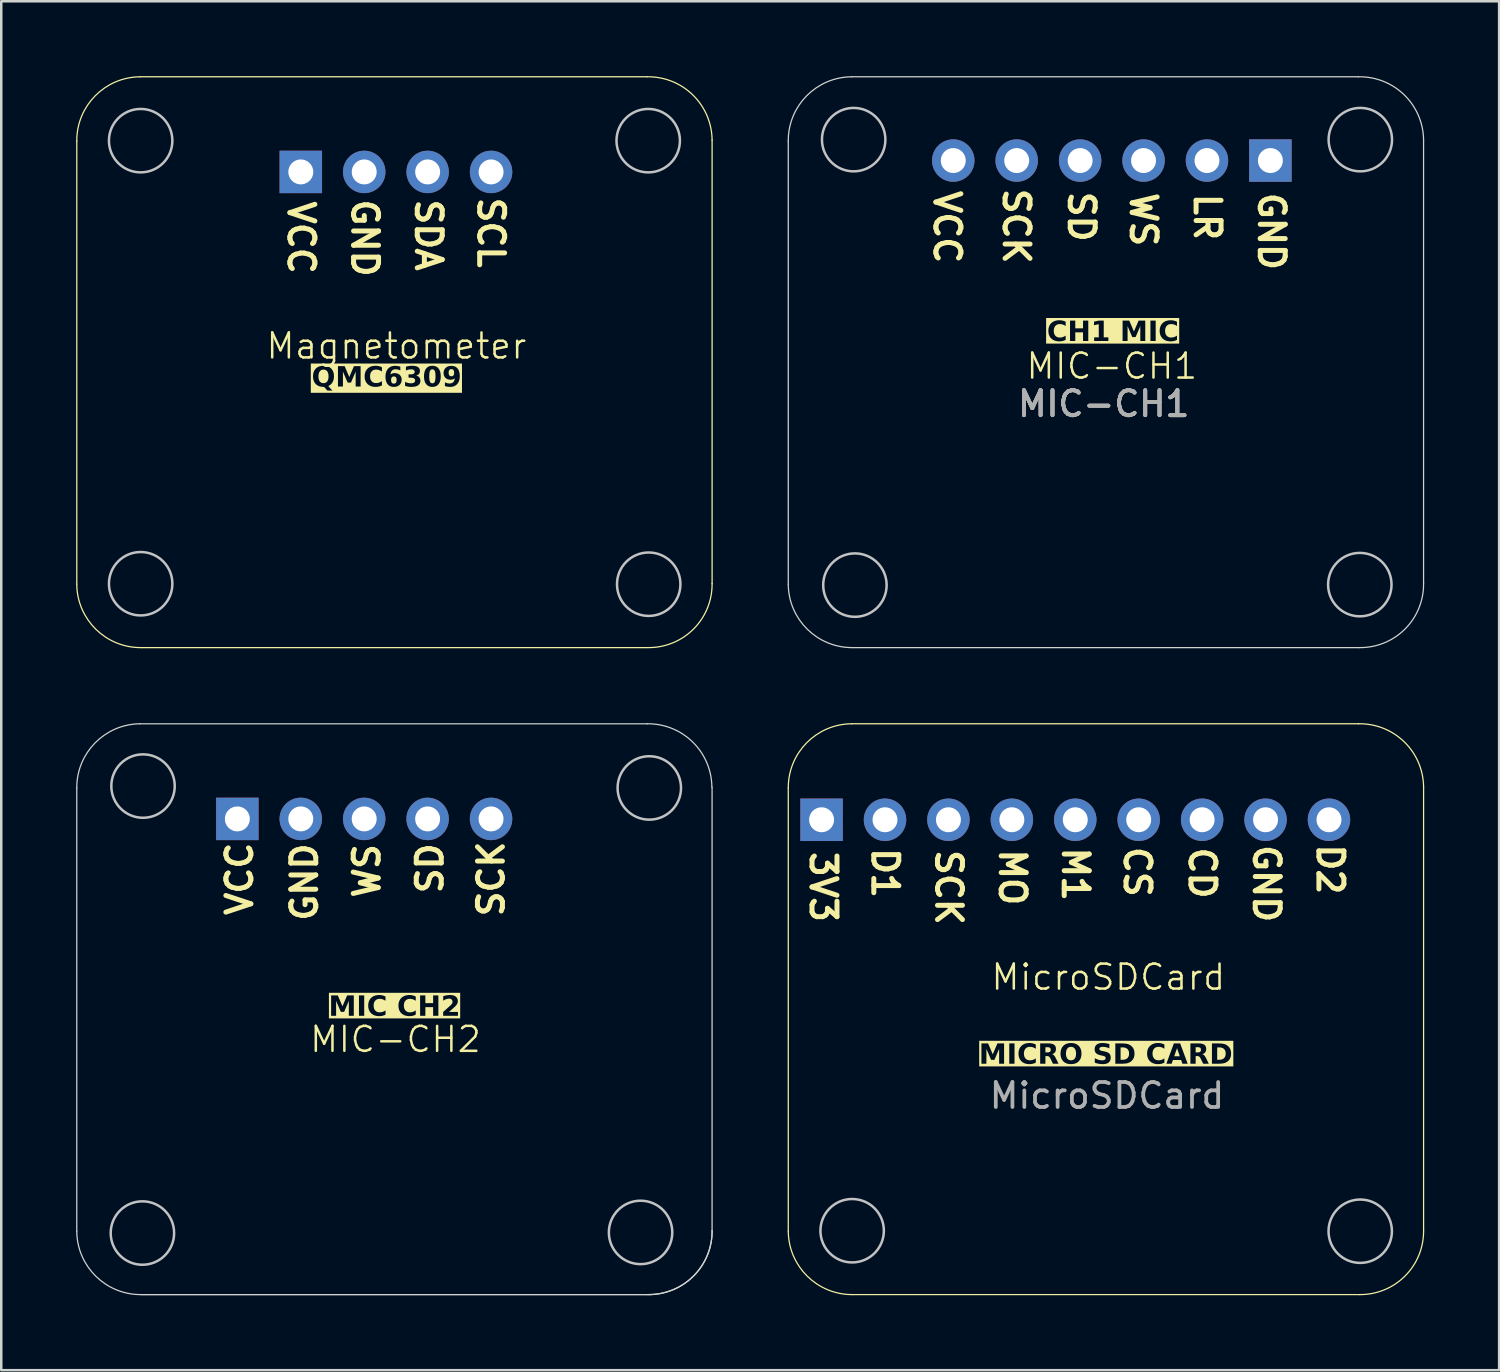
<source format=kicad_pcb>
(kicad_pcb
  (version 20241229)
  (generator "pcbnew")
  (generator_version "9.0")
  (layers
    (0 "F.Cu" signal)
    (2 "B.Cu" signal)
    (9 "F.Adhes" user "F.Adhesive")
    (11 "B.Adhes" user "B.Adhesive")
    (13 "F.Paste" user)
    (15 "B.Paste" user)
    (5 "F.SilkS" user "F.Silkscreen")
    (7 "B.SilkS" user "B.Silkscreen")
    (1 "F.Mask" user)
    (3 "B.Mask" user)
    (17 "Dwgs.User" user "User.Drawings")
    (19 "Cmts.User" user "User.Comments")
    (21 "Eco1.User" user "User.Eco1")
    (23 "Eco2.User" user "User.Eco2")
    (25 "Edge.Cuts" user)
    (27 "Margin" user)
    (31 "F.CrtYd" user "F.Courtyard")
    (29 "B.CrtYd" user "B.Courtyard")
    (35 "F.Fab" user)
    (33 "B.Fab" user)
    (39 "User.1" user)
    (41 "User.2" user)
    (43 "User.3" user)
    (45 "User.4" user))
  (footprint "MIC-CH1"
    (layer "F.Cu")
    (at 41.217 12.312)
    (property "Reference" "MIC-CH1" (at 0.26 -0.7 0) (unlocked yes) (layer "F.SilkS") (effects (font (size 1 1) (thickness 0.1))))
    (attr smd)
    (fp_circle (center -10.08 -9.77) (end -8.81 -9.77) (stroke (width 0.1) (type default)) (fill no) (layer "Dwgs.User"))
    (fp_circle (center -10.03 8.07) (end -8.76 8.07) (stroke (width 0.1) (type default)) (fill no) (layer "Dwgs.User"))
    (fp_circle (center 10.19 8.05) (end 11.46 8.05) (stroke (width 0.1) (type default)) (fill no) (layer "Dwgs.User"))
    (fp_circle (center 10.21 -9.77) (end 11.48 -9.77) (stroke (width 0.1) (type default)) (fill no) (layer "Dwgs.User"))
    (fp_line (start -12.699 8.033) (end -12.699 -9.711) (stroke (width 0.05) (type default)) (layer "Edge.Cuts"))
    (fp_line (start -10.159 -12.287) (end 10.139 -12.287) (stroke (width 0.05) (type default)) (layer "Edge.Cuts"))
    (fp_line (start 10.179 10.573) (end -10.123 10.573) (stroke (width 0.05) (type default)) (layer "Edge.Cuts"))
    (fp_line (start 12.743 8.009) (end 12.743 -9.747) (stroke (width 0.05) (type default)) (layer "Edge.Cuts"))
    (fp_arc (start -12.699213 -9.710643) (mid -11.962801 -11.52462) (end -10.159472 -12.286736) (stroke (width 0.05) (type default)) (layer "Edge.Cuts"))
    (fp_arc (start -10.123379 10.573003) (mid -11.937396 9.836631) (end -12.699472 8.033262) (stroke (width 0.05) (type default)) (layer "Edge.Cuts"))
    (fp_arc (start 10.13888 -12.286736) (mid 11.97118 -11.560447) (end 12.743296 -9.746995) (stroke (width 0.05) (type default)) (layer "Edge.Cuts"))
    (fp_arc (start 12.743296 8.008587) (mid 11.999874 9.829581) (end 10.17888 10.573003) (stroke (width 0.05) (type default)) (layer "Edge.Cuts"))
    (fp_text user "WS" (at 0.94 -7.75 270) (unlocked yes) (layer "F.SilkS") (effects (font (size 1 1) (thickness 0.2) (bold yes)) (justify left bottom)))
    (fp_text user "CH1 MIC\n" (at 0.3 -1.57 0) (unlocked yes) (layer "F.SilkS" knockout) (effects (font (face "Lexend") (size 0.8 0.8) (thickness 0.16) (bold yes)) (justify bottom)))
    (fp_text user "SCK" (at -4.15 -7.91 270) (unlocked yes) (layer "F.SilkS") (effects (font (size 1 1) (thickness 0.2) (bold yes)) (justify left bottom)))
    (fp_text user "GND" (at 6.07 -7.75 270) (unlocked yes) (layer "F.SilkS") (effects (font (size 1 1) (thickness 0.2) (bold yes)) (justify left bottom)))
    (fp_text user "SD" (at -1.54 -7.79 270) (unlocked yes) (layer "F.SilkS") (effects (font (size 1 1) (thickness 0.2) (bold yes)) (justify left bottom)))
    (fp_text user "VCC" (at -6.92 -7.83 270) (unlocked yes) (layer "F.SilkS") (effects (font (size 1 1) (thickness 0.2) (bold yes)) (justify left bottom)))
    (fp_text user "LR" (at 3.5 -7.71 270) (unlocked yes) (layer "F.SilkS") (effects (font (size 1 1) (thickness 0.2) (bold yes)) (justify left bottom)))
    (fp_text user "${REFERENCE}" (at -0.07 0.81 0) (layer "F.Fab") (effects (font (size 1 1) (thickness 0.15))))
    (fp_text user "${REFERENCE}" (at -0.07 0.81 0) (layer "F.Fab") (effects (font (size 1 1) (thickness 0.15))))
    (fp_text user "${REFERENCE}" (at -0.07 0.81 0) (layer "F.Fab") (effects (font (size 1 1) (thickness 0.15))))
    (fp_text user "${REFERENCE}" (at -0.07 0.81 0) (layer "F.Fab") (effects (font (size 1 1) (thickness 0.15))))
    (pad "1" thru_hole rect (at 6.609 -8.932 90) (size 1.7 1.7) (drill 1) (layers "*.Cu" "*.Mask"))
    (pad "2" thru_hole circle (at 4.069 -8.932 90) (size 1.7 1.7) (drill 1) (layers "*.Cu" "*.Mask"))
    (pad "3" thru_hole circle (at 1.529 -8.932 90) (size 1.7 1.7) (drill 1) (layers "*.Cu" "*.Mask"))
    (pad "4" thru_hole circle (at -1.011 -8.932 90) (size 1.7 1.7) (drill 1) (layers "*.Cu" "*.Mask"))
    (pad "5" thru_hole circle (at -3.551 -8.932 90) (size 1.7 1.7) (drill 1) (layers "*.Cu" "*.Mask"))
    (pad "6" thru_hole circle (at -6.091 -8.932 90) (size 1.7 1.7) (drill 1) (layers "*.Cu" "*.Mask")))
  (footprint "MIC-CH2"
    (layer "F.Cu")
    (at 12.748 37.195)
    (property "Reference" "MIC-CH2" (at 0.04 1.38 0) (unlocked yes) (layer "F.SilkS") (effects (font (size 1 1) (thickness 0.1))))
    (attr smd)
    (fp_circle (center -10.095 9.135) (end -8.825 9.135) (stroke (width 0.1) (type default)) (fill no) (layer "Dwgs.User"))
    (fp_circle (center -10.07 -8.765) (end -8.8 -8.765) (stroke (width 0.1) (type default)) (fill no) (layer "Dwgs.User"))
    (fp_circle (center 9.855 9.11) (end 11.125 9.11) (stroke (width 0.1) (type default)) (fill no) (layer "Dwgs.User"))
    (fp_circle (center 10.205 -8.69) (end 11.475 -8.69) (stroke (width 0.1) (type default)) (fill no) (layer "Dwgs.User"))
    (fp_line (start -12.723 9.061) (end -12.723 -8.683) (stroke (width 0.05) (type default)) (layer "Edge.Cuts"))
    (fp_line (start -10.183 -11.259) (end 10.115 -11.259) (stroke (width 0.05) (type default)) (layer "Edge.Cuts"))
    (fp_line (start 10.155 11.6) (end -10.147 11.6) (stroke (width 0.05) (type default)) (layer "Edge.Cuts"))
    (fp_line (start 10.155 11.6) (end -10.147 11.6) (stroke (width 0.05) (type default)) (layer "Edge.Cuts"))
    (fp_line (start 12.719 9.036) (end 12.719 -8.72) (stroke (width 0.05) (type default)) (layer "Edge.Cuts"))
    (fp_arc (start -12.723093 -8.683387) (mid -11.986681 -10.497364) (end -10.183352 -11.25948) (stroke (width 0.05) (type default)) (layer "Edge.Cuts"))
    (fp_arc (start -10.147259 11.600259) (mid -11.961276 10.863887) (end -12.723352 9.060518) (stroke (width 0.05) (type default)) (layer "Edge.Cuts"))
    (fp_arc (start 10.115 -11.25948) (mid 11.941772 -10.530152) (end 12.71081 -8.719738) (stroke (width 0.05) (type default)) (layer "Edge.Cuts"))
    (fp_arc (start 12.719416 9.035843) (mid 11.975994 10.856837) (end 10.155 11.600259) (stroke (width 0.05) (type default)) (layer "Edge.Cuts"))
    (fp_arc (start 12.719416 9.035843) (mid 11.975994 10.856837) (end 10.155 11.600259) (stroke (width 0.05) (type default)) (layer "Edge.Cuts"))
    (fp_text user "WS" (at -0.52 -4.19 90) (unlocked yes) (layer "F.SilkS") (effects (font (size 1 1) (thickness 0.2) (bold yes)) (justify left bottom)))
    (fp_text user "SD" (at 2.005 -4.365 90) (unlocked yes) (layer "F.SilkS") (effects (font (size 1 1) (thickness 0.2) (bold yes)) (justify left bottom)))
    (fp_text user "MIC CH2\n" (at 0 0.57 0) (unlocked yes) (layer "F.SilkS" knockout) (effects (font (face "Lexend") (size 0.8 0.8) (thickness 0.16) (bold yes)) (justify bottom)))
    (fp_text user "VCC" (at -5.62 -3.49 90) (unlocked yes) (layer "F.SilkS") (effects (font (size 1 1) (thickness 0.2) (bold yes)) (justify left bottom)))
    (fp_text user "GND" (at -3.02 -3.265 90) (unlocked yes) (layer "F.SilkS") (effects (font (size 1 1) (thickness 0.2) (bold yes)) (justify left bottom)))
    (fp_text user "SCK" (at 4.455 -3.44 90) (unlocked yes) (layer "F.SilkS") (effects (font (size 1 1) (thickness 0.2) (bold yes)) (justify left bottom)))
    (pad "1" thru_hole rect (at -6.293 -7.45 90) (size 1.7 1.7) (drill 1) (layers "*.Cu" "*.Mask"))
    (pad "2" thru_hole oval (at -3.753 -7.45 90) (size 1.7 1.7) (drill 1) (layers "*.Cu" "*.Mask"))
    (pad "3" thru_hole oval (at -1.213 -7.45 90) (size 1.7 1.7) (drill 1) (layers "*.Cu" "*.Mask"))
    (pad "4" thru_hole oval (at 1.327 -7.45 90) (size 1.7 1.7) (drill 1) (layers "*.Cu" "*.Mask"))
    (pad "5" thru_hole oval (at 3.867 -7.45 90) (size 1.7 1.7) (drill 1) (layers "*.Cu" "*.Mask")))
  (footprint "Magnetometer"
    (layer "F.Cu")
    (at 12.752 11.455)
    (property "Reference" "Magnetometer" (at 0.075 -0.65 0) (unlocked yes) (layer "F.SilkS") (effects (font (size 1 1) (thickness 0.1))))
    (attr smd)
    (fp_line (start -12.727 8.89) (end -12.727 -8.854) (stroke (width 0.05) (type solid)) (layer "F.SilkS"))
    (fp_line (start -10.187 -11.43) (end 10.111 -11.43) (stroke (width 0.05) (type solid)) (layer "F.SilkS"))
    (fp_line (start 10.151 11.43) (end -10.151 11.43) (stroke (width 0.05) (type solid)) (layer "F.SilkS"))
    (fp_line (start 12.716 8.866) (end 12.716 -8.89) (stroke (width 0.05) (type solid)) (layer "F.SilkS"))
    (fp_arc (start -12.726964 -8.853646) (mid -11.990552 -10.667623) (end -10.187223 -11.429739) (stroke (width 0.05) (type solid)) (layer "F.SilkS"))
    (fp_arc (start -10.15113 11.43) (mid -11.965147 10.693628) (end -12.727223 8.890259) (stroke (width 0.05) (type solid)) (layer "F.SilkS"))
    (fp_arc (start 10.111129 -11.429739) (mid 11.943429 -10.70345) (end 12.715545 -8.889998) (stroke (width 0.05) (type solid)) (layer "F.SilkS"))
    (fp_arc (start 12.715545 8.865584) (mid 11.972123 10.686578) (end 10.151129 11.43) (stroke (width 0.05) (type solid)) (layer "F.SilkS"))
    (fp_circle (center -10.169 8.872) (end -8.899 8.872) (stroke (width 0.1) (type default)) (fill no) (layer "Dwgs.User"))
    (fp_circle (center -10.169 -8.872) (end -8.899 -8.872) (stroke (width 0.1) (type default)) (fill no) (layer "Dwgs.User"))
    (fp_circle (center 10.157 -8.872) (end 11.427 -8.872) (stroke (width 0.1) (type default)) (fill no) (layer "Dwgs.User"))
    (fp_circle (center 10.177 8.891) (end 11.447 8.891) (stroke (width 0.1) (type default)) (fill no) (layer "Dwgs.User"))
    (fp_text user "SCL" (at 3.275 -6.7 270) (unlocked yes) (layer "F.SilkS") (effects (font (size 1 1) (thickness 0.2) (bold yes)) (justify left bottom)))
    (fp_text user "QMC6309\n" (at -0.32 1.11 0) (unlocked yes) (layer "F.SilkS" knockout) (effects (font (face "Lexend") (size 0.8 0.8) (thickness 0.16) (bold yes)) (justify bottom)))
    (fp_text user "GND" (at -1.775 -6.625 270) (unlocked yes) (layer "F.SilkS") (effects (font (size 1 1) (thickness 0.2) (bold yes)) (justify left bottom)))
    (fp_text user "SDA" (at 0.775 -6.625 270) (unlocked yes) (layer "F.SilkS") (effects (font (size 1 1) (thickness 0.2) (bold yes)) (justify left bottom)))
    (fp_text user "VCC" (at -4.325 -6.55 270) (unlocked yes) (layer "F.SilkS") (effects (font (size 1 1) (thickness 0.2) (bold yes)) (justify left bottom)))
    (pad "1" thru_hole rect (at -3.756 -7.62 270) (size 1.7 1.7) (drill 1) (layers "*.Cu" "*.Mask"))
    (pad "2" thru_hole circle (at -1.216 -7.62 270) (size 1.7 1.7) (drill 1) (layers "*.Cu" "*.Mask"))
    (pad "3" thru_hole circle (at 1.324 -7.62 270) (size 1.7 1.7) (drill 1) (layers "*.Cu" "*.Mask"))
    (pad "4" thru_hole circle (at 3.864 -7.62 270) (size 1.7 1.7) (drill 1) (layers "*.Cu" "*.Mask")))
  (footprint "MicroSDCard"
    (layer "F.Cu")
    (at 41.261 37.607)
    (property "Reference" "MicroSDCard" (at 0.075 -1.525 0) (unlocked yes) (layer "F.SilkS") (effects (font (size 1 1) (thickness 0.1))))
    (attr smd)
    (fp_line (start -12.743 8.648) (end -12.743 -9.095) (stroke (width 0.05) (type solid)) (layer "F.SilkS"))
    (fp_line (start -10.203 -11.672) (end 10.096 -11.672) (stroke (width 0.05) (type solid)) (layer "F.SilkS"))
    (fp_line (start 10.136 11.188) (end -10.167 11.188) (stroke (width 0.05) (type solid)) (layer "F.SilkS"))
    (fp_line (start 12.7 8.624) (end 12.7 -9.132) (stroke (width 0.05) (type solid)) (layer "F.SilkS"))
    (fp_arc (start -12.742509 -9.095439) (mid -12.006102 -10.909422) (end -10.202768 -11.671532) (stroke (width 0.05) (type solid)) (layer "F.SilkS"))
    (fp_arc (start -10.166675 11.188207) (mid -11.980676 10.451819) (end -12.742768 8.648466) (stroke (width 0.05) (type solid)) (layer "F.SilkS"))
    (fp_arc (start 10.095584 -11.671532) (mid 11.92787 -10.945239) (end 12.7 -9.131791) (stroke (width 0.05) (type solid)) (layer "F.SilkS"))
    (fp_arc (start 12.7 8.623791) (mid 11.956584 10.444791) (end 10.135584 11.188207) (stroke (width 0.05) (type solid)) (layer "F.SilkS"))
    (fp_circle (center -10.185 8.63) (end -8.915 8.63) (stroke (width 0.1) (type default)) (fill no) (layer "Dwgs.User"))
    (fp_circle (center 10.162 8.65) (end 11.431 8.65) (stroke (width 0.1) (type default)) (fill no) (layer "Dwgs.User"))
    (fp_text user "SCK" (at -6.9 -6.725 270) (unlocked yes) (layer "F.SilkS") (effects (font (size 1 1) (thickness 0.2) (bold yes)) (justify left bottom)))
    (fp_text user "CS" (at 0.65 -6.85 270) (unlocked yes) (layer "F.SilkS") (effects (font (size 1 1) (thickness 0.2) (bold yes)) (justify left bottom)))
    (fp_text user "D2" (at 8.375 -6.95 270) (unlocked yes) (layer "F.SilkS") (effects (font (size 1 1) (thickness 0.2) (bold yes)) (justify left bottom)))
    (fp_text user "GND" (at 5.825 -6.925 270) (unlocked yes) (layer "F.SilkS") (effects (font (size 1 1) (thickness 0.2) (bold yes)) (justify left bottom)))
    (fp_text user "MICRO SD CARD\n" (at -0.03 2.08 0) (unlocked yes) (layer "F.SilkS" knockout) (effects (font (face "Lexend") (size 0.8 0.8) (thickness 0.16) (bold yes)) (justify bottom)))
    (fp_text user "M1" (at -1.825 -6.825 270) (unlocked yes) (layer "F.SilkS") (effects (font (size 1 1) (thickness 0.2) (bold yes)) (justify left bottom)))
    (fp_text user "MO" (at -4.35 -6.75 270) (unlocked yes) (layer "F.SilkS") (effects (font (size 1 1) (thickness 0.2) (bold yes)) (justify left bottom)))
    (fp_text user "CD" (at 3.25 -6.825 270) (unlocked yes) (layer "F.SilkS") (effects (font (size 1 1) (thickness 0.2) (bold yes)) (justify left bottom)))
    (fp_text user "D1" (at -9.45 -6.8 270) (unlocked yes) (layer "F.SilkS") (effects (font (size 1 1) (thickness 0.2) (bold yes)) (justify left bottom)))
    (fp_text user "3V3" (at -11.925 -6.65 270) (unlocked yes) (layer "F.SilkS") (effects (font (size 1 1) (thickness 0.2) (bold yes)) (justify left bottom)))
    (fp_text user "${REFERENCE}" (at 0.02 3.22 0) (unlocked yes) (layer "F.Fab") (effects (font (size 1 1) (thickness 0.15))))
    (pad "1" thru_hole rect (at -11.409 -7.828 90) (size 1.7 1.7) (drill 1) (layers "*.Cu" "*.Mask"))
    (pad "2" thru_hole oval (at -8.869 -7.828 90) (size 1.7 1.7) (drill 1) (layers "*.Cu" "*.Mask"))
    (pad "3" thru_hole oval (at -6.329 -7.828 90) (size 1.7 1.7) (drill 1) (layers "*.Cu" "*.Mask"))
    (pad "4" thru_hole oval (at -3.789 -7.828 90) (size 1.7 1.7) (drill 1) (layers "*.Cu" "*.Mask"))
    (pad "5" thru_hole oval (at -1.249 -7.828 90) (size 1.7 1.7) (drill 1) (layers "*.Cu" "*.Mask"))
    (pad "6" thru_hole oval (at 1.291 -7.828 90) (size 1.7 1.7) (drill 1) (layers "*.Cu" "*.Mask"))
    (pad "7" thru_hole oval (at 3.831 -7.828 90) (size 1.7 1.7) (drill 1) (layers "*.Cu" "*.Mask"))
    (pad "8" thru_hole oval (at 6.371 -7.828 90) (size 1.7 1.7) (drill 1) (layers "*.Cu" "*.Mask"))
    (pad "9" thru_hole oval (at 8.911 -7.828 90) (size 1.7 1.7) (drill 1) (layers "*.Cu" "*.Mask")))
  (gr_rect
    (start -3 -3)
    (end 56.986 51.821)
    (stroke (width 0.1) (type default))
    (fill no)
    (layer "Edge.Cuts")))
</source>
